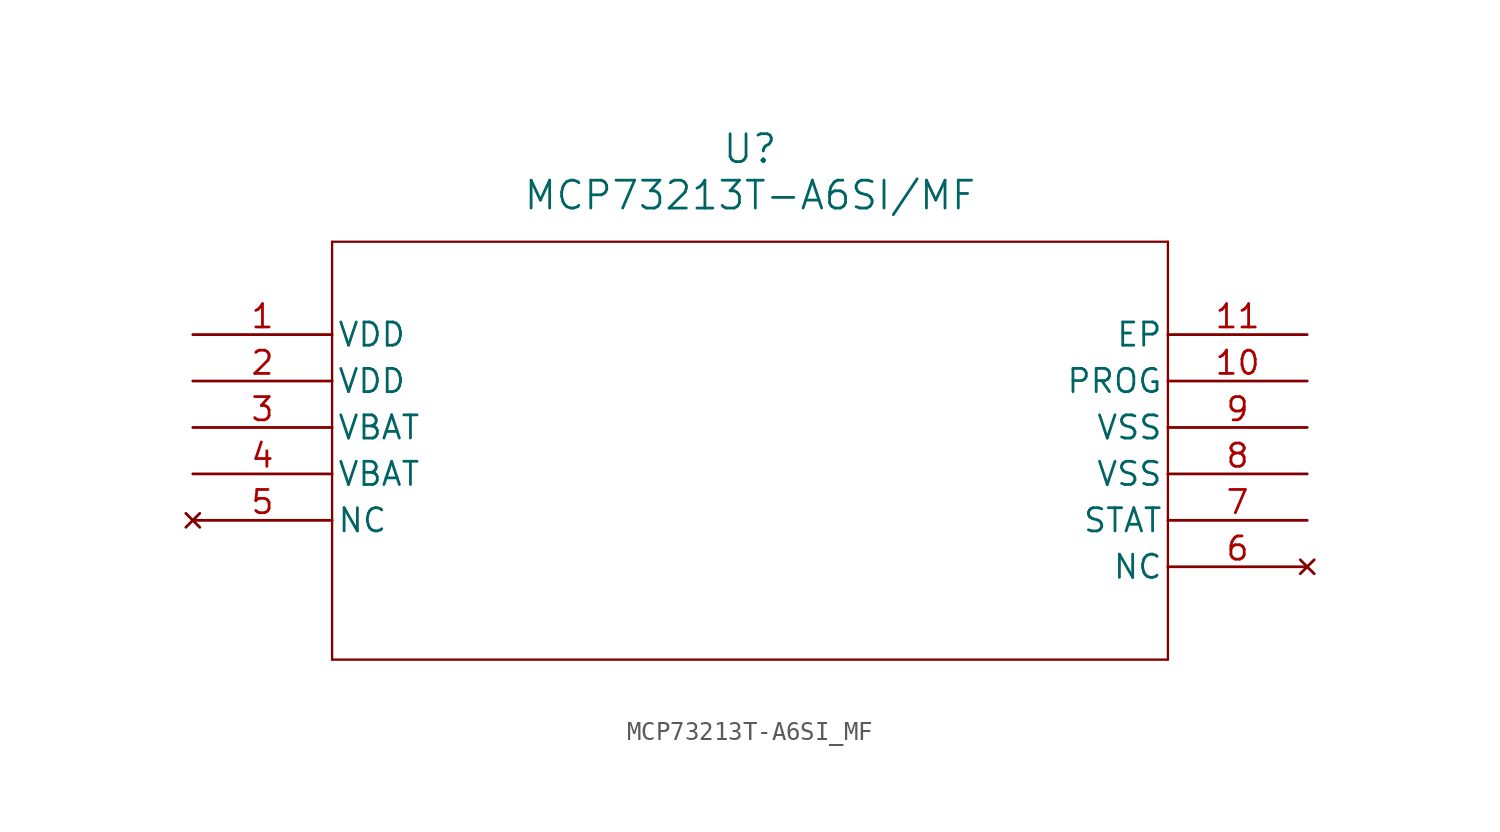
<source format=kicad_sym>
(kicad_symbol_lib
  (version 20211014)
  (generator kicad_symbol_editor)
  (symbol "MCP73213T-A6SI_MF"
    (pin_names
      (offset 0.254))
    (property "Reference" "U"
      (at 30.48 10.16 0)
      (effects (font (size 1.524 1.524))))
    (property "Value" "MCP73213T-A6SI/MF"
      (at 30.48 7.62 0)
      (effects (font (size 1.524 1.524))))
    (symbol "MCP73213T-A6SI_MF_0_1"
      (polyline (pts (xy 7.62 5.08) (xy 7.62 -17.78)) (stroke (width 0.127) (type default) (color 0 0 0 0)) (fill (type none)))
      (polyline (pts (xy 7.62 -17.78) (xy 53.34 -17.78)) (stroke (width 0.127) (type default) (color 0 0 0 0)) (fill (type none)))
      (polyline (pts (xy 53.34 -17.78) (xy 53.34 5.08)) (stroke (width 0.127) (type default) (color 0 0 0 0)) (fill (type none)))
      (polyline (pts (xy 53.34 5.08) (xy 7.62 5.08)) (stroke (width 0.127) (type default) (color 0 0 0 0)) (fill (type none)))
      (pin power_in line (at 0 0 0) (length 7.62) (name "VDD" (effects (font (size 1.27 1.27)))) (number "1" (effects (font (size 1.27 1.27)))))
      (pin power_in line (at 0 -2.54 0) (length 7.62) (name "VDD" (effects (font (size 1.27 1.27)))) (number "2" (effects (font (size 1.27 1.27)))))
      (pin power_in line (at 0 -5.08 0) (length 7.62) (name "VBAT" (effects (font (size 1.27 1.27)))) (number "3" (effects (font (size 1.27 1.27)))))
      (pin power_in line (at 0 -7.62 0) (length 7.62) (name "VBAT" (effects (font (size 1.27 1.27)))) (number "4" (effects (font (size 1.27 1.27)))))
      (pin no_connect line (at 0 -10.16 0) (length 7.62) (name "NC" (effects (font (size 1.27 1.27)))) (number "5" (effects (font (size 1.27 1.27)))))
      (pin no_connect line (at 60.96 -12.7 180) (length 7.62) (name "NC" (effects (font (size 1.27 1.27)))) (number "6" (effects (font (size 1.27 1.27)))))
      (pin output line (at 60.96 -10.16 180) (length 7.62) (name "STAT" (effects (font (size 1.27 1.27)))) (number "7" (effects (font (size 1.27 1.27)))))
      (pin power_in line (at 60.96 -7.62 180) (length 7.62) (name "VSS" (effects (font (size 1.27 1.27)))) (number "8" (effects (font (size 1.27 1.27)))))
      (pin power_in line (at 60.96 -5.08 180) (length 7.62) (name "VSS" (effects (font (size 1.27 1.27)))) (number "9" (effects (font (size 1.27 1.27)))))
      (pin unspecified line (at 60.96 -2.54 180) (length 7.62) (name "PROG" (effects (font (size 1.27 1.27)))) (number "10" (effects (font (size 1.27 1.27)))))
      (pin unspecified line (at 60.96 0 180) (length 7.62) (name "EP" (effects (font (size 1.27 1.27)))) (number "11" (effects (font (size 1.27 1.27))))))))
</source>
